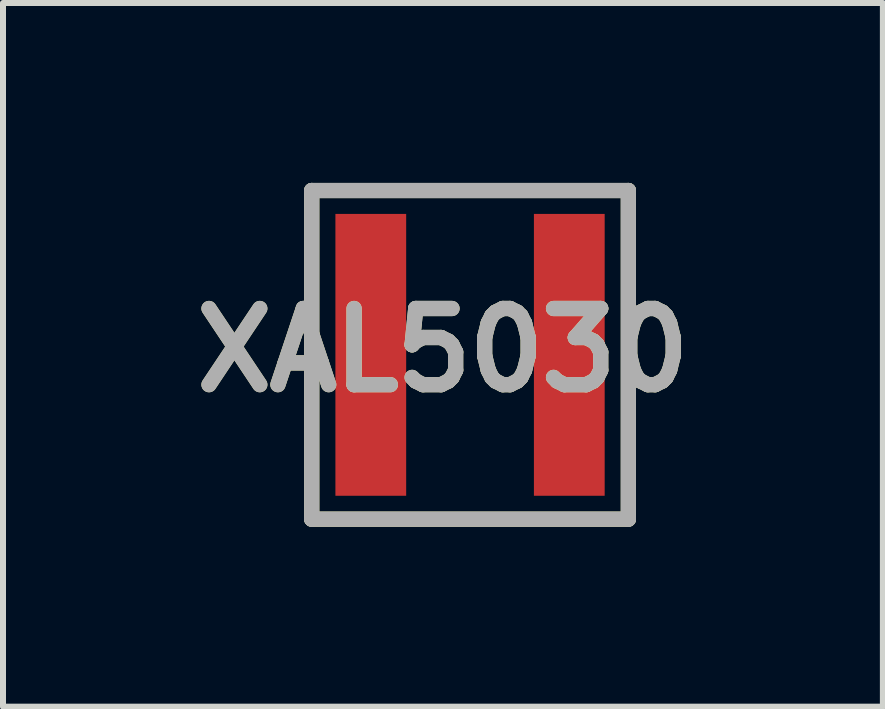
<source format=kicad_pcb>
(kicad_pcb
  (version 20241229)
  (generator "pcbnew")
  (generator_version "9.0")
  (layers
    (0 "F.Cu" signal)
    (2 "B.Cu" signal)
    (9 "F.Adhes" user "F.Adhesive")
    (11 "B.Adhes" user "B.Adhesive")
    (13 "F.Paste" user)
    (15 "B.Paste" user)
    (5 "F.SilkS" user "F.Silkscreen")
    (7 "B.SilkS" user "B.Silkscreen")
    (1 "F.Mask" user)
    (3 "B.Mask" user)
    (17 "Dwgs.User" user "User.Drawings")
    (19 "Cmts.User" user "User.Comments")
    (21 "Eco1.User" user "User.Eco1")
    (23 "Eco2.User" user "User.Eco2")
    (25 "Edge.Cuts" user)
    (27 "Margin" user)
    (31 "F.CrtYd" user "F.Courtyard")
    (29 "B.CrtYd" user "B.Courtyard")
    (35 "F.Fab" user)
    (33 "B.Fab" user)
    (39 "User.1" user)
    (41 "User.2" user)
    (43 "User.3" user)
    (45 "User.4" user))
  (footprint "XAL5030"
    (layer "F.Cu")
    (at 4.788 2.867)
    (property "Reference" "XAL5030" (at -0.452 -0.077 0) (layer "F.SilkS") (effects (font (size 1.27 1.27) (thickness 0.254))))
    (attr smd)
    (fp_line (start -2.64 -2.74) (end 2.64 -2.74) (stroke (width 0.254) (type solid)) (layer "F.SilkS"))
    (fp_line (start -2.64 2.74) (end -2.64 -2.74) (stroke (width 0.254) (type solid)) (layer "F.SilkS"))
    (fp_line (start 2.64 -2.74) (end 2.64 2.74) (stroke (width 0.254) (type solid)) (layer "F.SilkS"))
    (fp_line (start 2.64 2.74) (end -2.64 2.74) (stroke (width 0.254) (type solid)) (layer "F.SilkS"))
    (fp_line (start -2.64 -2.74) (end 2.64 -2.74) (stroke (width 0.254) (type solid)) (layer "F.Fab"))
    (fp_line (start -2.64 2.74) (end -2.64 -2.74) (stroke (width 0.254) (type solid)) (layer "F.Fab"))
    (fp_line (start 2.64 -2.74) (end 2.64 2.74) (stroke (width 0.254) (type solid)) (layer "F.Fab"))
    (fp_line (start 2.64 2.74) (end -2.64 2.74) (stroke (width 0.254) (type solid)) (layer "F.Fab"))
    (fp_text user "${REFERENCE}" (at -0.452 -0.077 0) (layer "F.Fab") (effects (font (size 1.27 1.27) (thickness 0.254))))
    (pad "1" smd rect (at -1.655 0) (size 1.18 4.7) (layers "F.Cu" "F.Mask" "F.Paste"))
    (pad "2" smd rect (at 1.655 0) (size 1.18 4.7) (layers "F.Cu" "F.Mask" "F.Paste")))
  (gr_rect
    (start -3 -3)
    (end 11.672 8.734)
    (stroke (width 0.1) (type default))
    (fill no)
    (layer "Edge.Cuts")))
</source>
